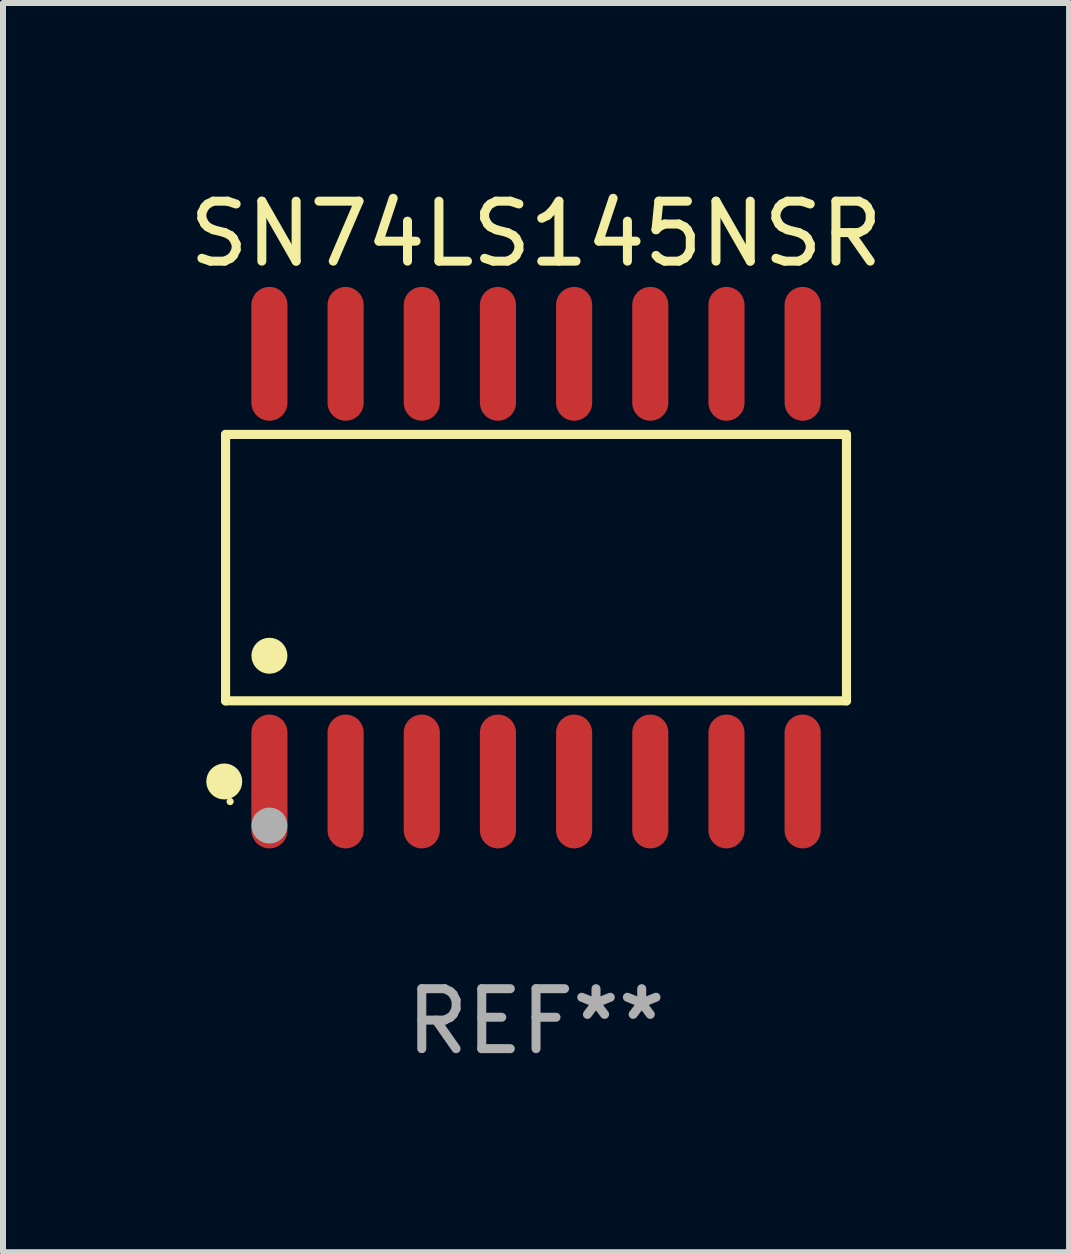
<source format=kicad_pcb>
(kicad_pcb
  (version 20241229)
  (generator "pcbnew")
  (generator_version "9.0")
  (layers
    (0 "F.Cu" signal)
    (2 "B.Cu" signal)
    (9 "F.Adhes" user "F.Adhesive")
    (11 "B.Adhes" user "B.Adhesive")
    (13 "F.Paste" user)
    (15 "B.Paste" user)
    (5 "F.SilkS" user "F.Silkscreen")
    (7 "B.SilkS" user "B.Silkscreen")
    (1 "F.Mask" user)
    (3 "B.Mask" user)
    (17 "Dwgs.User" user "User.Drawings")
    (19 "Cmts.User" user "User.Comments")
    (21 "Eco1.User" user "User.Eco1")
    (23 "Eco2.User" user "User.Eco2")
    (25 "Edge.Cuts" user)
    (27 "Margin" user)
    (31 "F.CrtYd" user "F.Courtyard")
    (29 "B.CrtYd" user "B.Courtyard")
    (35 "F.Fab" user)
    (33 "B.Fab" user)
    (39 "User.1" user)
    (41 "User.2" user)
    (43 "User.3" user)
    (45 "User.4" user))
  (footprint "SN74LS145NSR"
    (layer "F.Cu")
    (at 5.887 6.414)
    (property "Reference" "SN74LS145NSR" (at 0 -5.565 0) (layer "F.SilkS") (effects (font (size 1 1) (thickness 0.15))))
    (attr through_hole)
    (fp_line (start -5.176 -2.221) (end 5.176 -2.221) (stroke (width 0.152) (type solid)) (layer "F.SilkS"))
    (fp_line (start -5.176 2.221) (end -5.176 -2.221) (stroke (width 0.152) (type solid)) (layer "F.SilkS"))
    (fp_line (start 5.176 -2.221) (end 5.176 2.221) (stroke (width 0.152) (type solid)) (layer "F.SilkS"))
    (fp_line (start 5.176 2.221) (end -5.176 2.221) (stroke (width 0.152) (type solid)) (layer "F.SilkS"))
    (fp_circle (center -5.198 3.565) (end -5.048 3.565) (stroke (width 0.3) (type solid)) (fill no) (layer "F.SilkS"))
    (fp_circle (center -5.1 3.9) (end -5.07 3.9) (stroke (width 0.06) (type solid)) (fill no) (layer "F.SilkS"))
    (fp_circle (center -4.445 1.469) (end -4.295 1.469) (stroke (width 0.3) (type solid)) (fill no) (layer "F.SilkS"))
    (fp_circle (center -4.445 4.3) (end -4.295 4.3) (stroke (width 0.3) (type solid)) (fill no) (layer "F.Fab"))
    (fp_text user "REF**" (at 0 7.565 0) (layer "F.Fab") (effects (font (size 1 1) (thickness 0.15))))
    (pad "1" smd oval (at -4.445 3.565) (size 0.602 2.231) (layers "F.Cu" "F.Mask" "F.Paste"))
    (pad "2" smd oval (at -3.175 3.565) (size 0.602 2.231) (layers "F.Cu" "F.Mask" "F.Paste"))
    (pad "3" smd oval (at -1.905 3.565) (size 0.602 2.231) (layers "F.Cu" "F.Mask" "F.Paste"))
    (pad "4" smd oval (at -0.635 3.565) (size 0.602 2.231) (layers "F.Cu" "F.Mask" "F.Paste"))
    (pad "5" smd oval (at 0.635 3.565) (size 0.602 2.231) (layers "F.Cu" "F.Mask" "F.Paste"))
    (pad "6" smd oval (at 1.905 3.565) (size 0.602 2.231) (layers "F.Cu" "F.Mask" "F.Paste"))
    (pad "7" smd oval (at 3.175 3.565) (size 0.602 2.231) (layers "F.Cu" "F.Mask" "F.Paste"))
    (pad "8" smd oval (at 4.445 3.565) (size 0.602 2.231) (layers "F.Cu" "F.Mask" "F.Paste"))
    (pad "9" smd oval (at 4.445 -3.565) (size 0.602 2.231) (layers "F.Cu" "F.Mask" "F.Paste"))
    (pad "10" smd oval (at 3.175 -3.565) (size 0.602 2.231) (layers "F.Cu" "F.Mask" "F.Paste"))
    (pad "11" smd oval (at 1.905 -3.565) (size 0.602 2.231) (layers "F.Cu" "F.Mask" "F.Paste"))
    (pad "12" smd oval (at 0.635 -3.565) (size 0.602 2.231) (layers "F.Cu" "F.Mask" "F.Paste"))
    (pad "13" smd oval (at -0.635 -3.565) (size 0.602 2.231) (layers "F.Cu" "F.Mask" "F.Paste"))
    (pad "14" smd oval (at -1.905 -3.565) (size 0.602 2.231) (layers "F.Cu" "F.Mask" "F.Paste"))
    (pad "15" smd oval (at -3.175 -3.565) (size 0.602 2.231) (layers "F.Cu" "F.Mask" "F.Paste"))
    (pad "16" smd oval (at -4.445 -3.565) (size 0.602 2.231) (layers "F.Cu" "F.Mask" "F.Paste")))
  (gr_rect
    (start -3 -3)
    (end 14.774 17.827)
    (stroke (width 0.1) (type default))
    (fill no)
    (layer "Edge.Cuts")))
</source>
